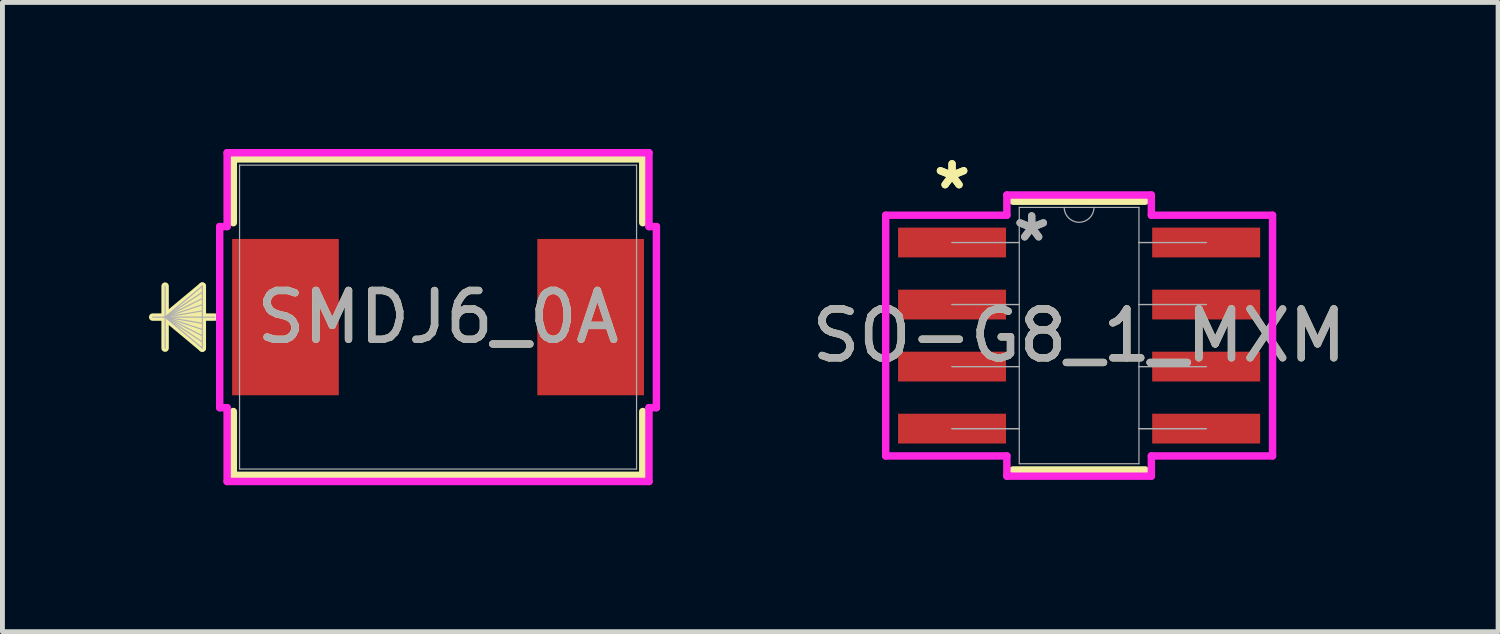
<source format=kicad_pcb>
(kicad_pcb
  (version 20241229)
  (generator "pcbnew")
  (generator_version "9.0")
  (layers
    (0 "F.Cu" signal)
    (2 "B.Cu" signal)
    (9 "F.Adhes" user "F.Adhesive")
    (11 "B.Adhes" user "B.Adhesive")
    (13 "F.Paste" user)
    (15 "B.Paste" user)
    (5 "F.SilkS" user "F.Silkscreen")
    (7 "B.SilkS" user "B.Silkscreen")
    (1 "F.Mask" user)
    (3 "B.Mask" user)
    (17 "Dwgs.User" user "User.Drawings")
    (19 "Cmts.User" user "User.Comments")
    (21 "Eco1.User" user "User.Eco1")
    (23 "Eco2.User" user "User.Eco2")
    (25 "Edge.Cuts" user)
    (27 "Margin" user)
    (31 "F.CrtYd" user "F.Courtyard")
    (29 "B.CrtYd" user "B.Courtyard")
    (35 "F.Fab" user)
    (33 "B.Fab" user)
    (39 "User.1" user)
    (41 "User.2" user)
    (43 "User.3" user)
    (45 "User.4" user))
  (footprint "SMDJ6_0A"
    (layer "F.Cu")
    (at 5.918 3.442)
    (property "Reference" "SMDJ6_0A" (at 0 0 0) (unlocked yes) (layer "F.SilkS") (effects (font (size 1 1) (thickness 0.15))))
    (attr smd)
    (fp_line (start -5.588 -0.635) (end -5.588 0.635) (stroke (width 0.152) (type solid)) (layer "F.SilkS"))
    (fp_line (start -5.588 0) (end -4.826 -0.635) (stroke (width 0.152) (type solid)) (layer "F.SilkS"))
    (fp_line (start -5.588 0) (end -4.826 -0.508) (stroke (width 0.152) (type solid)) (layer "F.SilkS"))
    (fp_line (start -5.588 0) (end -4.826 -0.381) (stroke (width 0.152) (type solid)) (layer "F.SilkS"))
    (fp_line (start -5.588 0) (end -4.826 -0.254) (stroke (width 0.152) (type solid)) (layer "F.SilkS"))
    (fp_line (start -5.588 0) (end -4.826 -0.127) (stroke (width 0.152) (type solid)) (layer "F.SilkS"))
    (fp_line (start -5.588 0) (end -4.826 0.127) (stroke (width 0.152) (type solid)) (layer "F.SilkS"))
    (fp_line (start -5.588 0) (end -4.826 0.254) (stroke (width 0.152) (type solid)) (layer "F.SilkS"))
    (fp_line (start -5.588 0) (end -4.826 0.381) (stroke (width 0.152) (type solid)) (layer "F.SilkS"))
    (fp_line (start -5.588 0) (end -4.826 0.508) (stroke (width 0.152) (type solid)) (layer "F.SilkS"))
    (fp_line (start -5.588 0) (end -4.826 0.635) (stroke (width 0.152) (type solid)) (layer "F.SilkS"))
    (fp_line (start -4.826 -0.635) (end -4.826 0.635) (stroke (width 0.152) (type solid)) (layer "F.SilkS"))
    (fp_line (start -4.572 0) (end -5.842 0) (stroke (width 0.152) (type solid)) (layer "F.SilkS"))
    (fp_line (start -4.191 -3.239) (end -4.191 -1.933) (stroke (width 0.152) (type solid)) (layer "F.SilkS"))
    (fp_line (start -4.191 1.933) (end -4.191 3.239) (stroke (width 0.152) (type solid)) (layer "F.SilkS"))
    (fp_line (start -4.191 3.239) (end 4.191 3.239) (stroke (width 0.152) (type solid)) (layer "F.SilkS"))
    (fp_line (start 4.191 -3.239) (end -4.191 -3.239) (stroke (width 0.152) (type solid)) (layer "F.SilkS"))
    (fp_line (start 4.191 -1.933) (end 4.191 -3.239) (stroke (width 0.152) (type solid)) (layer "F.SilkS"))
    (fp_line (start 4.191 3.239) (end 4.191 1.933) (stroke (width 0.152) (type solid)) (layer "F.SilkS"))
    (fp_line (start -4.47 -1.854) (end -4.318 -1.854) (stroke (width 0.152) (type solid)) (layer "F.CrtYd"))
    (fp_line (start -4.47 1.854) (end -4.47 -1.854) (stroke (width 0.152) (type solid)) (layer "F.CrtYd"))
    (fp_line (start -4.318 -3.365) (end 4.318 -3.365) (stroke (width 0.152) (type solid)) (layer "F.CrtYd"))
    (fp_line (start -4.318 -1.854) (end -4.318 -3.365) (stroke (width 0.152) (type solid)) (layer "F.CrtYd"))
    (fp_line (start -4.318 1.854) (end -4.47 1.854) (stroke (width 0.152) (type solid)) (layer "F.CrtYd"))
    (fp_line (start -4.318 3.365) (end -4.318 1.854) (stroke (width 0.152) (type solid)) (layer "F.CrtYd"))
    (fp_line (start 4.318 -3.365) (end 4.318 -1.854) (stroke (width 0.152) (type solid)) (layer "F.CrtYd"))
    (fp_line (start 4.318 -1.854) (end 4.47 -1.854) (stroke (width 0.152) (type solid)) (layer "F.CrtYd"))
    (fp_line (start 4.318 1.854) (end 4.318 3.365) (stroke (width 0.152) (type solid)) (layer "F.CrtYd"))
    (fp_line (start 4.318 3.365) (end -4.318 3.365) (stroke (width 0.152) (type solid)) (layer "F.CrtYd"))
    (fp_line (start 4.47 -1.854) (end 4.47 1.854) (stroke (width 0.152) (type solid)) (layer "F.CrtYd"))
    (fp_line (start 4.47 1.854) (end 4.318 1.854) (stroke (width 0.152) (type solid)) (layer "F.CrtYd"))
    (fp_line (start -5.588 -0.635) (end -5.588 0.635) (stroke (width 0.025) (type solid)) (layer "F.Fab"))
    (fp_line (start -5.588 0) (end -4.826 -0.635) (stroke (width 0.025) (type solid)) (layer "F.Fab"))
    (fp_line (start -5.588 0) (end -4.826 -0.508) (stroke (width 0.025) (type solid)) (layer "F.Fab"))
    (fp_line (start -5.588 0) (end -4.826 -0.381) (stroke (width 0.025) (type solid)) (layer "F.Fab"))
    (fp_line (start -5.588 0) (end -4.826 -0.254) (stroke (width 0.025) (type solid)) (layer "F.Fab"))
    (fp_line (start -5.588 0) (end -4.826 -0.127) (stroke (width 0.025) (type solid)) (layer "F.Fab"))
    (fp_line (start -5.588 0) (end -4.826 0.127) (stroke (width 0.025) (type solid)) (layer "F.Fab"))
    (fp_line (start -5.588 0) (end -4.826 0.254) (stroke (width 0.025) (type solid)) (layer "F.Fab"))
    (fp_line (start -5.588 0) (end -4.826 0.381) (stroke (width 0.025) (type solid)) (layer "F.Fab"))
    (fp_line (start -5.588 0) (end -4.826 0.508) (stroke (width 0.025) (type solid)) (layer "F.Fab"))
    (fp_line (start -5.588 0) (end -4.826 0.635) (stroke (width 0.025) (type solid)) (layer "F.Fab"))
    (fp_line (start -4.826 -0.635) (end -4.826 0.635) (stroke (width 0.025) (type solid)) (layer "F.Fab"))
    (fp_line (start -4.572 0) (end -5.842 0) (stroke (width 0.025) (type solid)) (layer "F.Fab"))
    (fp_line (start -4.064 -3.111) (end -4.064 3.111) (stroke (width 0.025) (type solid)) (layer "F.Fab"))
    (fp_line (start -4.064 3.111) (end 4.064 3.111) (stroke (width 0.025) (type solid)) (layer "F.Fab"))
    (fp_line (start 4.064 -3.111) (end -4.064 -3.111) (stroke (width 0.025) (type solid)) (layer "F.Fab"))
    (fp_line (start 4.064 3.111) (end 4.064 -3.111) (stroke (width 0.025) (type solid)) (layer "F.Fab"))
    (fp_text user "${REFERENCE}" (at 0 0 0) (unlocked yes) (layer "F.Fab") (effects (font (size 1 1) (thickness 0.15))))
    (pad "1" smd rect (at -3.124 0 90) (size 3.2 2.184) (layers "F.Cu" "F.Mask" "F.Paste"))
    (pad "2" smd rect (at 3.124 0 90) (size 3.2 2.184) (layers "F.Cu" "F.Mask" "F.Paste"))
    (zone (net_name "") (layer "F.Cu") (hatch full 0.508) (connect_pads) (min_thickness 0.254) (filled_areas_thickness no) (keepout (tracks not_allowed) (vias not_allowed) (pads allowed) (copperpour not_allowed) (footprints allowed)) (placement (enabled no)) (fill) (polygon (pts (xy 1.905 0.381) (xy 9.931 0.381) (xy 9.931 1.791) (xy 1.905 1.791))))
    (zone (net_name "") (layer "F.Cu") (hatch full 0.508) (connect_pads) (min_thickness 0.254) (filled_areas_thickness no) (keepout (tracks not_allowed) (vias not_allowed) (pads allowed) (copperpour not_allowed) (footprints allowed)) (placement (enabled no)) (fill) (polygon (pts (xy 1.905 5.093) (xy 9.931 5.093) (xy 9.931 6.502) (xy 1.905 6.502))))
    (zone (net_name "") (layer "F.Cu") (hatch full 0.508) (connect_pads) (min_thickness 0.254) (filled_areas_thickness no) (keepout (tracks not_allowed) (vias not_allowed) (pads allowed) (copperpour not_allowed) (footprints allowed)) (placement (enabled no)) (fill) (polygon (pts (xy 3.937 1.791) (xy 7.899 1.791) (xy 7.899 5.093) (xy 3.937 5.093)))))
  (footprint "SO-G8_1_MXM"
    (layer "F.Cu")
    (at 16.441 1.915)
    (property "Reference" "SO-G8_1_MXM" (at 2.601 1.905 0) (unlocked yes) (layer "F.SilkS") (effects (font (size 1 1) (thickness 0.15))))
    (attr smd)
    (fp_line (start 1.249 4.656) (end 3.953 4.656) (stroke (width 0.152) (type solid)) (layer "F.SilkS"))
    (fp_line (start 3.953 -0.846) (end 1.249 -0.846) (stroke (width 0.152) (type solid)) (layer "F.SilkS"))
    (fp_line (start -1.359 -0.559) (end 1.122 -0.559) (stroke (width 0.152) (type solid)) (layer "F.CrtYd"))
    (fp_line (start -1.359 4.369) (end -1.359 -0.559) (stroke (width 0.152) (type solid)) (layer "F.CrtYd"))
    (fp_line (start 1.122 -0.973) (end 4.08 -0.973) (stroke (width 0.152) (type solid)) (layer "F.CrtYd"))
    (fp_line (start 1.122 -0.559) (end 1.122 -0.973) (stroke (width 0.152) (type solid)) (layer "F.CrtYd"))
    (fp_line (start 1.122 4.369) (end -1.359 4.369) (stroke (width 0.152) (type solid)) (layer "F.CrtYd"))
    (fp_line (start 1.122 4.783) (end 1.122 4.369) (stroke (width 0.152) (type solid)) (layer "F.CrtYd"))
    (fp_line (start 4.08 -0.973) (end 4.08 -0.559) (stroke (width 0.152) (type solid)) (layer "F.CrtYd"))
    (fp_line (start 4.08 4.369) (end 4.08 4.783) (stroke (width 0.152) (type solid)) (layer "F.CrtYd"))
    (fp_line (start 4.08 4.783) (end 1.122 4.783) (stroke (width 0.152) (type solid)) (layer "F.CrtYd"))
    (fp_line (start 6.561 -0.559) (end 4.08 -0.559) (stroke (width 0.152) (type solid)) (layer "F.CrtYd"))
    (fp_line (start 6.561 -0.559) (end 6.561 4.369) (stroke (width 0.152) (type solid)) (layer "F.CrtYd"))
    (fp_line (start 6.561 4.369) (end 4.08 4.369) (stroke (width 0.152) (type solid)) (layer "F.CrtYd"))
    (fp_line (start 0 0) (end 0 0) (stroke (width 0.025) (type solid)) (layer "F.Fab"))
    (fp_line (start 0 0) (end 1.376 0) (stroke (width 0.025) (type solid)) (layer "F.Fab"))
    (fp_line (start 0 1.27) (end 0 1.27) (stroke (width 0.025) (type solid)) (layer "F.Fab"))
    (fp_line (start 0 1.27) (end 1.376 1.27) (stroke (width 0.025) (type solid)) (layer "F.Fab"))
    (fp_line (start 0 2.54) (end 0 2.54) (stroke (width 0.025) (type solid)) (layer "F.Fab"))
    (fp_line (start 0 2.54) (end 1.376 2.54) (stroke (width 0.025) (type solid)) (layer "F.Fab"))
    (fp_line (start 0 3.81) (end 0 3.81) (stroke (width 0.025) (type solid)) (layer "F.Fab"))
    (fp_line (start 0 3.81) (end 1.376 3.81) (stroke (width 0.025) (type solid)) (layer "F.Fab"))
    (fp_line (start 1.376 -0.719) (end 1.376 4.529) (stroke (width 0.025) (type solid)) (layer "F.Fab"))
    (fp_line (start 1.376 0) (end 0 0) (stroke (width 0.025) (type solid)) (layer "F.Fab"))
    (fp_line (start 1.376 0) (end 1.376 0) (stroke (width 0.025) (type solid)) (layer "F.Fab"))
    (fp_line (start 1.376 1.27) (end 0 1.27) (stroke (width 0.025) (type solid)) (layer "F.Fab"))
    (fp_line (start 1.376 1.27) (end 1.376 1.27) (stroke (width 0.025) (type solid)) (layer "F.Fab"))
    (fp_line (start 1.376 2.54) (end 0 2.54) (stroke (width 0.025) (type solid)) (layer "F.Fab"))
    (fp_line (start 1.376 2.54) (end 1.376 2.54) (stroke (width 0.025) (type solid)) (layer "F.Fab"))
    (fp_line (start 1.376 3.81) (end 0 3.81) (stroke (width 0.025) (type solid)) (layer "F.Fab"))
    (fp_line (start 1.376 3.81) (end 1.376 3.81) (stroke (width 0.025) (type solid)) (layer "F.Fab"))
    (fp_line (start 1.376 4.529) (end 3.826 4.529) (stroke (width 0.025) (type solid)) (layer "F.Fab"))
    (fp_line (start 3.826 -0.719) (end 1.376 -0.719) (stroke (width 0.025) (type solid)) (layer "F.Fab"))
    (fp_line (start 3.826 0) (end 3.826 0) (stroke (width 0.025) (type solid)) (layer "F.Fab"))
    (fp_line (start 3.826 0) (end 5.202 0) (stroke (width 0.025) (type solid)) (layer "F.Fab"))
    (fp_line (start 3.826 1.27) (end 3.826 1.27) (stroke (width 0.025) (type solid)) (layer "F.Fab"))
    (fp_line (start 3.826 1.27) (end 5.202 1.27) (stroke (width 0.025) (type solid)) (layer "F.Fab"))
    (fp_line (start 3.826 2.54) (end 3.826 2.54) (stroke (width 0.025) (type solid)) (layer "F.Fab"))
    (fp_line (start 3.826 2.54) (end 5.202 2.54) (stroke (width 0.025) (type solid)) (layer "F.Fab"))
    (fp_line (start 3.826 3.81) (end 3.826 3.81) (stroke (width 0.025) (type solid)) (layer "F.Fab"))
    (fp_line (start 3.826 3.81) (end 5.202 3.81) (stroke (width 0.025) (type solid)) (layer "F.Fab"))
    (fp_line (start 3.826 4.529) (end 3.826 -0.719) (stroke (width 0.025) (type solid)) (layer "F.Fab"))
    (fp_line (start 5.202 0) (end 3.826 0) (stroke (width 0.025) (type solid)) (layer "F.Fab"))
    (fp_line (start 5.202 0) (end 5.202 0) (stroke (width 0.025) (type solid)) (layer "F.Fab"))
    (fp_line (start 5.202 1.27) (end 3.826 1.27) (stroke (width 0.025) (type solid)) (layer "F.Fab"))
    (fp_line (start 5.202 1.27) (end 5.202 1.27) (stroke (width 0.025) (type solid)) (layer "F.Fab"))
    (fp_line (start 5.202 2.54) (end 3.826 2.54) (stroke (width 0.025) (type solid)) (layer "F.Fab"))
    (fp_line (start 5.202 2.54) (end 5.202 2.54) (stroke (width 0.025) (type solid)) (layer "F.Fab"))
    (fp_line (start 5.202 3.81) (end 3.826 3.81) (stroke (width 0.025) (type solid)) (layer "F.Fab"))
    (fp_line (start 5.202 3.81) (end 5.202 3.81) (stroke (width 0.025) (type solid)) (layer "F.Fab"))
    (fp_arc (start 2.90576 -0.719356) (mid 2.60096 -0.414556) (end 2.29616 -0.719356) (stroke (width 0.0254) (type solid)) (layer "F.Fab"))
    (fp_text user "*" (at 0 -1.067 0) (unlocked yes) (layer "F.SilkS") (effects (font (size 1 1) (thickness 0.15))))
    (fp_text user "*" (at 0 -1.067 0) (layer "F.SilkS") (effects (font (size 1 1) (thickness 0.15))))
    (fp_text user "*" (at 1.63 0 0) (layer "F.Fab") (effects (font (size 1 1) (thickness 0.15))))
    (fp_text user "${REFERENCE}" (at 2.601 1.905 0) (unlocked yes) (layer "F.Fab") (effects (font (size 1 1) (thickness 0.15))))
    (fp_text user "*" (at 1.63 0 0) (unlocked yes) (layer "F.Fab") (effects (font (size 1 1) (thickness 0.15))))
    (pad "1" smd rect (at 0 0) (size 2.21 0.61) (layers "F.Cu" "F.Mask" "F.Paste"))
    (pad "2" smd rect (at 0 1.27) (size 2.21 0.61) (layers "F.Cu" "F.Mask" "F.Paste"))
    (pad "3" smd rect (at 0 2.54) (size 2.21 0.61) (layers "F.Cu" "F.Mask" "F.Paste"))
    (pad "4" smd rect (at 0 3.81) (size 2.21 0.61) (layers "F.Cu" "F.Mask" "F.Paste"))
    (pad "5" smd rect (at 5.202 3.81) (size 2.21 0.61) (layers "F.Cu" "F.Mask" "F.Paste"))
    (pad "6" smd rect (at 5.202 2.54) (size 2.21 0.61) (layers "F.Cu" "F.Mask" "F.Paste"))
    (pad "7" smd rect (at 5.202 1.27) (size 2.21 0.61) (layers "F.Cu" "F.Mask" "F.Paste"))
    (pad "8" smd rect (at 5.202 0) (size 2.21 0.61) (layers "F.Cu" "F.Mask" "F.Paste")))
  (gr_rect
    (start -3 -3)
    (end 27.62 9.883)
    (stroke (width 0.1) (type default))
    (fill no)
    (layer "Edge.Cuts")))
</source>
